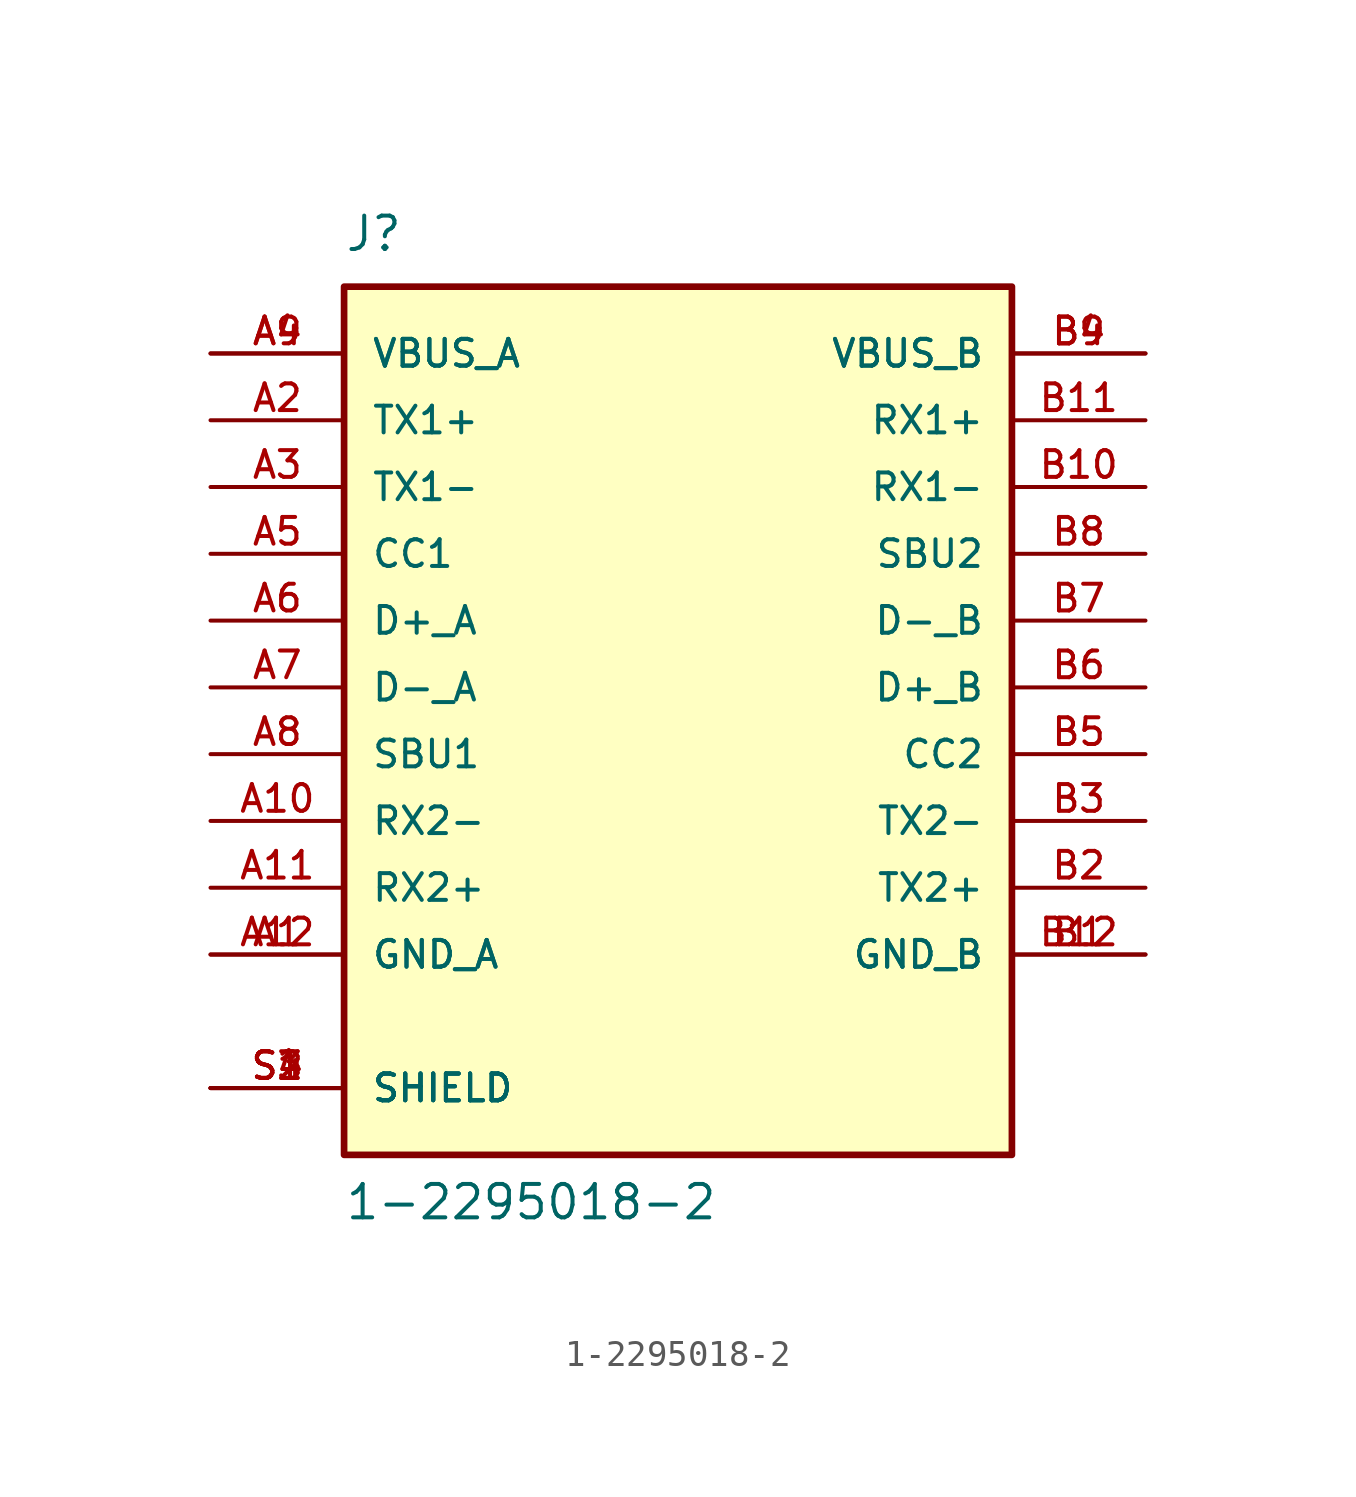
<source format=kicad_sym>
(kicad_symbol_lib
  (version 20211014)
  (generator kicad_symbol_editor)
  (symbol "1-2295018-2"
    (pin_names
      (offset 1.016))
    (property "Reference" "J"
      (at -12.7 16.51 0)
      (effects (font (size 1.27 1.27)) (justify bottom left)))
    (property "Value" "1-2295018-2"
      (at -12.7 -20.32 0)
      (effects (font (size 1.27 1.27)) (justify bottom left)))
    (symbol "1-2295018-2_0_0"
      (rectangle (start -12.7 -17.78) (end 12.7 15.24) (stroke (width 0.254)) (fill (type background)))
      (pin power_in line (at -17.78 -10.16 0) (length 5.08) (name "GND_A" (effects (font (size 1.016 1.016)))) (number "A1" (effects (font (size 1.016 1.016)))))
      (pin power_in line (at -17.78 -10.16 0) (length 5.08) (name "GND_A" (effects (font (size 1.016 1.016)))) (number "A12" (effects (font (size 1.016 1.016)))))
      (pin bidirectional line (at -17.78 7.62 0) (length 5.08) (name "TX1-" (effects (font (size 1.016 1.016)))) (number "A3" (effects (font (size 1.016 1.016)))))
      (pin bidirectional line (at -17.78 10.16 0) (length 5.08) (name "TX1+" (effects (font (size 1.016 1.016)))) (number "A2" (effects (font (size 1.016 1.016)))))
      (pin power_in line (at -17.78 12.7 0) (length 5.08) (name "VBUS_A" (effects (font (size 1.016 1.016)))) (number "A4" (effects (font (size 1.016 1.016)))))
      (pin power_in line (at -17.78 12.7 0) (length 5.08) (name "VBUS_A" (effects (font (size 1.016 1.016)))) (number "A9" (effects (font (size 1.016 1.016)))))
      (pin bidirectional line (at -17.78 2.54 0) (length 5.08) (name "D+_A" (effects (font (size 1.016 1.016)))) (number "A6" (effects (font (size 1.016 1.016)))))
      (pin bidirectional line (at -17.78 5.08 0) (length 5.08) (name "CC1" (effects (font (size 1.016 1.016)))) (number "A5" (effects (font (size 1.016 1.016)))))
      (pin bidirectional line (at -17.78 -2.54 0) (length 5.08) (name "SBU1" (effects (font (size 1.016 1.016)))) (number "A8" (effects (font (size 1.016 1.016)))))
      (pin bidirectional line (at -17.78 0.0 0) (length 5.08) (name "D-_A" (effects (font (size 1.016 1.016)))) (number "A7" (effects (font (size 1.016 1.016)))))
      (pin bidirectional line (at -17.78 -5.08 0) (length 5.08) (name "RX2-" (effects (font (size 1.016 1.016)))) (number "A10" (effects (font (size 1.016 1.016)))))
      (pin bidirectional line (at -17.78 -7.62 0) (length 5.08) (name "RX2+" (effects (font (size 1.016 1.016)))) (number "A11" (effects (font (size 1.016 1.016)))))
      (pin passive line (at -17.78 -15.24 0) (length 5.08) (name "SHIELD" (effects (font (size 1.016 1.016)))) (number "S1" (effects (font (size 1.016 1.016)))))
      (pin passive line (at -17.78 -15.24 0) (length 5.08) (name "SHIELD" (effects (font (size 1.016 1.016)))) (number "S2" (effects (font (size 1.016 1.016)))))
      (pin passive line (at -17.78 -15.24 0) (length 5.08) (name "SHIELD" (effects (font (size 1.016 1.016)))) (number "S3" (effects (font (size 1.016 1.016)))))
      (pin passive line (at -17.78 -15.24 0) (length 5.08) (name "SHIELD" (effects (font (size 1.016 1.016)))) (number "S4" (effects (font (size 1.016 1.016)))))
      (pin power_in line (at 17.78 -10.16 180.0) (length 5.08) (name "GND_B" (effects (font (size 1.016 1.016)))) (number "B1" (effects (font (size 1.016 1.016)))))
      (pin power_in line (at 17.78 -10.16 180.0) (length 5.08) (name "GND_B" (effects (font (size 1.016 1.016)))) (number "B12" (effects (font (size 1.016 1.016)))))
      (pin bidirectional line (at 17.78 -5.08 180.0) (length 5.08) (name "TX2-" (effects (font (size 1.016 1.016)))) (number "B3" (effects (font (size 1.016 1.016)))))
      (pin bidirectional line (at 17.78 -7.62 180.0) (length 5.08) (name "TX2+" (effects (font (size 1.016 1.016)))) (number "B2" (effects (font (size 1.016 1.016)))))
      (pin power_in line (at 17.78 12.7 180.0) (length 5.08) (name "VBUS_B" (effects (font (size 1.016 1.016)))) (number "B4" (effects (font (size 1.016 1.016)))))
      (pin power_in line (at 17.78 12.7 180.0) (length 5.08) (name "VBUS_B" (effects (font (size 1.016 1.016)))) (number "B9" (effects (font (size 1.016 1.016)))))
      (pin bidirectional line (at 17.78 0.0 180.0) (length 5.08) (name "D+_B" (effects (font (size 1.016 1.016)))) (number "B6" (effects (font (size 1.016 1.016)))))
      (pin bidirectional line (at 17.78 -2.54 180.0) (length 5.08) (name "CC2" (effects (font (size 1.016 1.016)))) (number "B5" (effects (font (size 1.016 1.016)))))
      (pin bidirectional line (at 17.78 5.08 180.0) (length 5.08) (name "SBU2" (effects (font (size 1.016 1.016)))) (number "B8" (effects (font (size 1.016 1.016)))))
      (pin bidirectional line (at 17.78 2.54 180.0) (length 5.08) (name "D-_B" (effects (font (size 1.016 1.016)))) (number "B7" (effects (font (size 1.016 1.016)))))
      (pin bidirectional line (at 17.78 7.62 180.0) (length 5.08) (name "RX1-" (effects (font (size 1.016 1.016)))) (number "B10" (effects (font (size 1.016 1.016)))))
      (pin bidirectional line (at 17.78 10.16 180.0) (length 5.08) (name "RX1+" (effects (font (size 1.016 1.016)))) (number "B11" (effects (font (size 1.016 1.016))))))))
</source>
